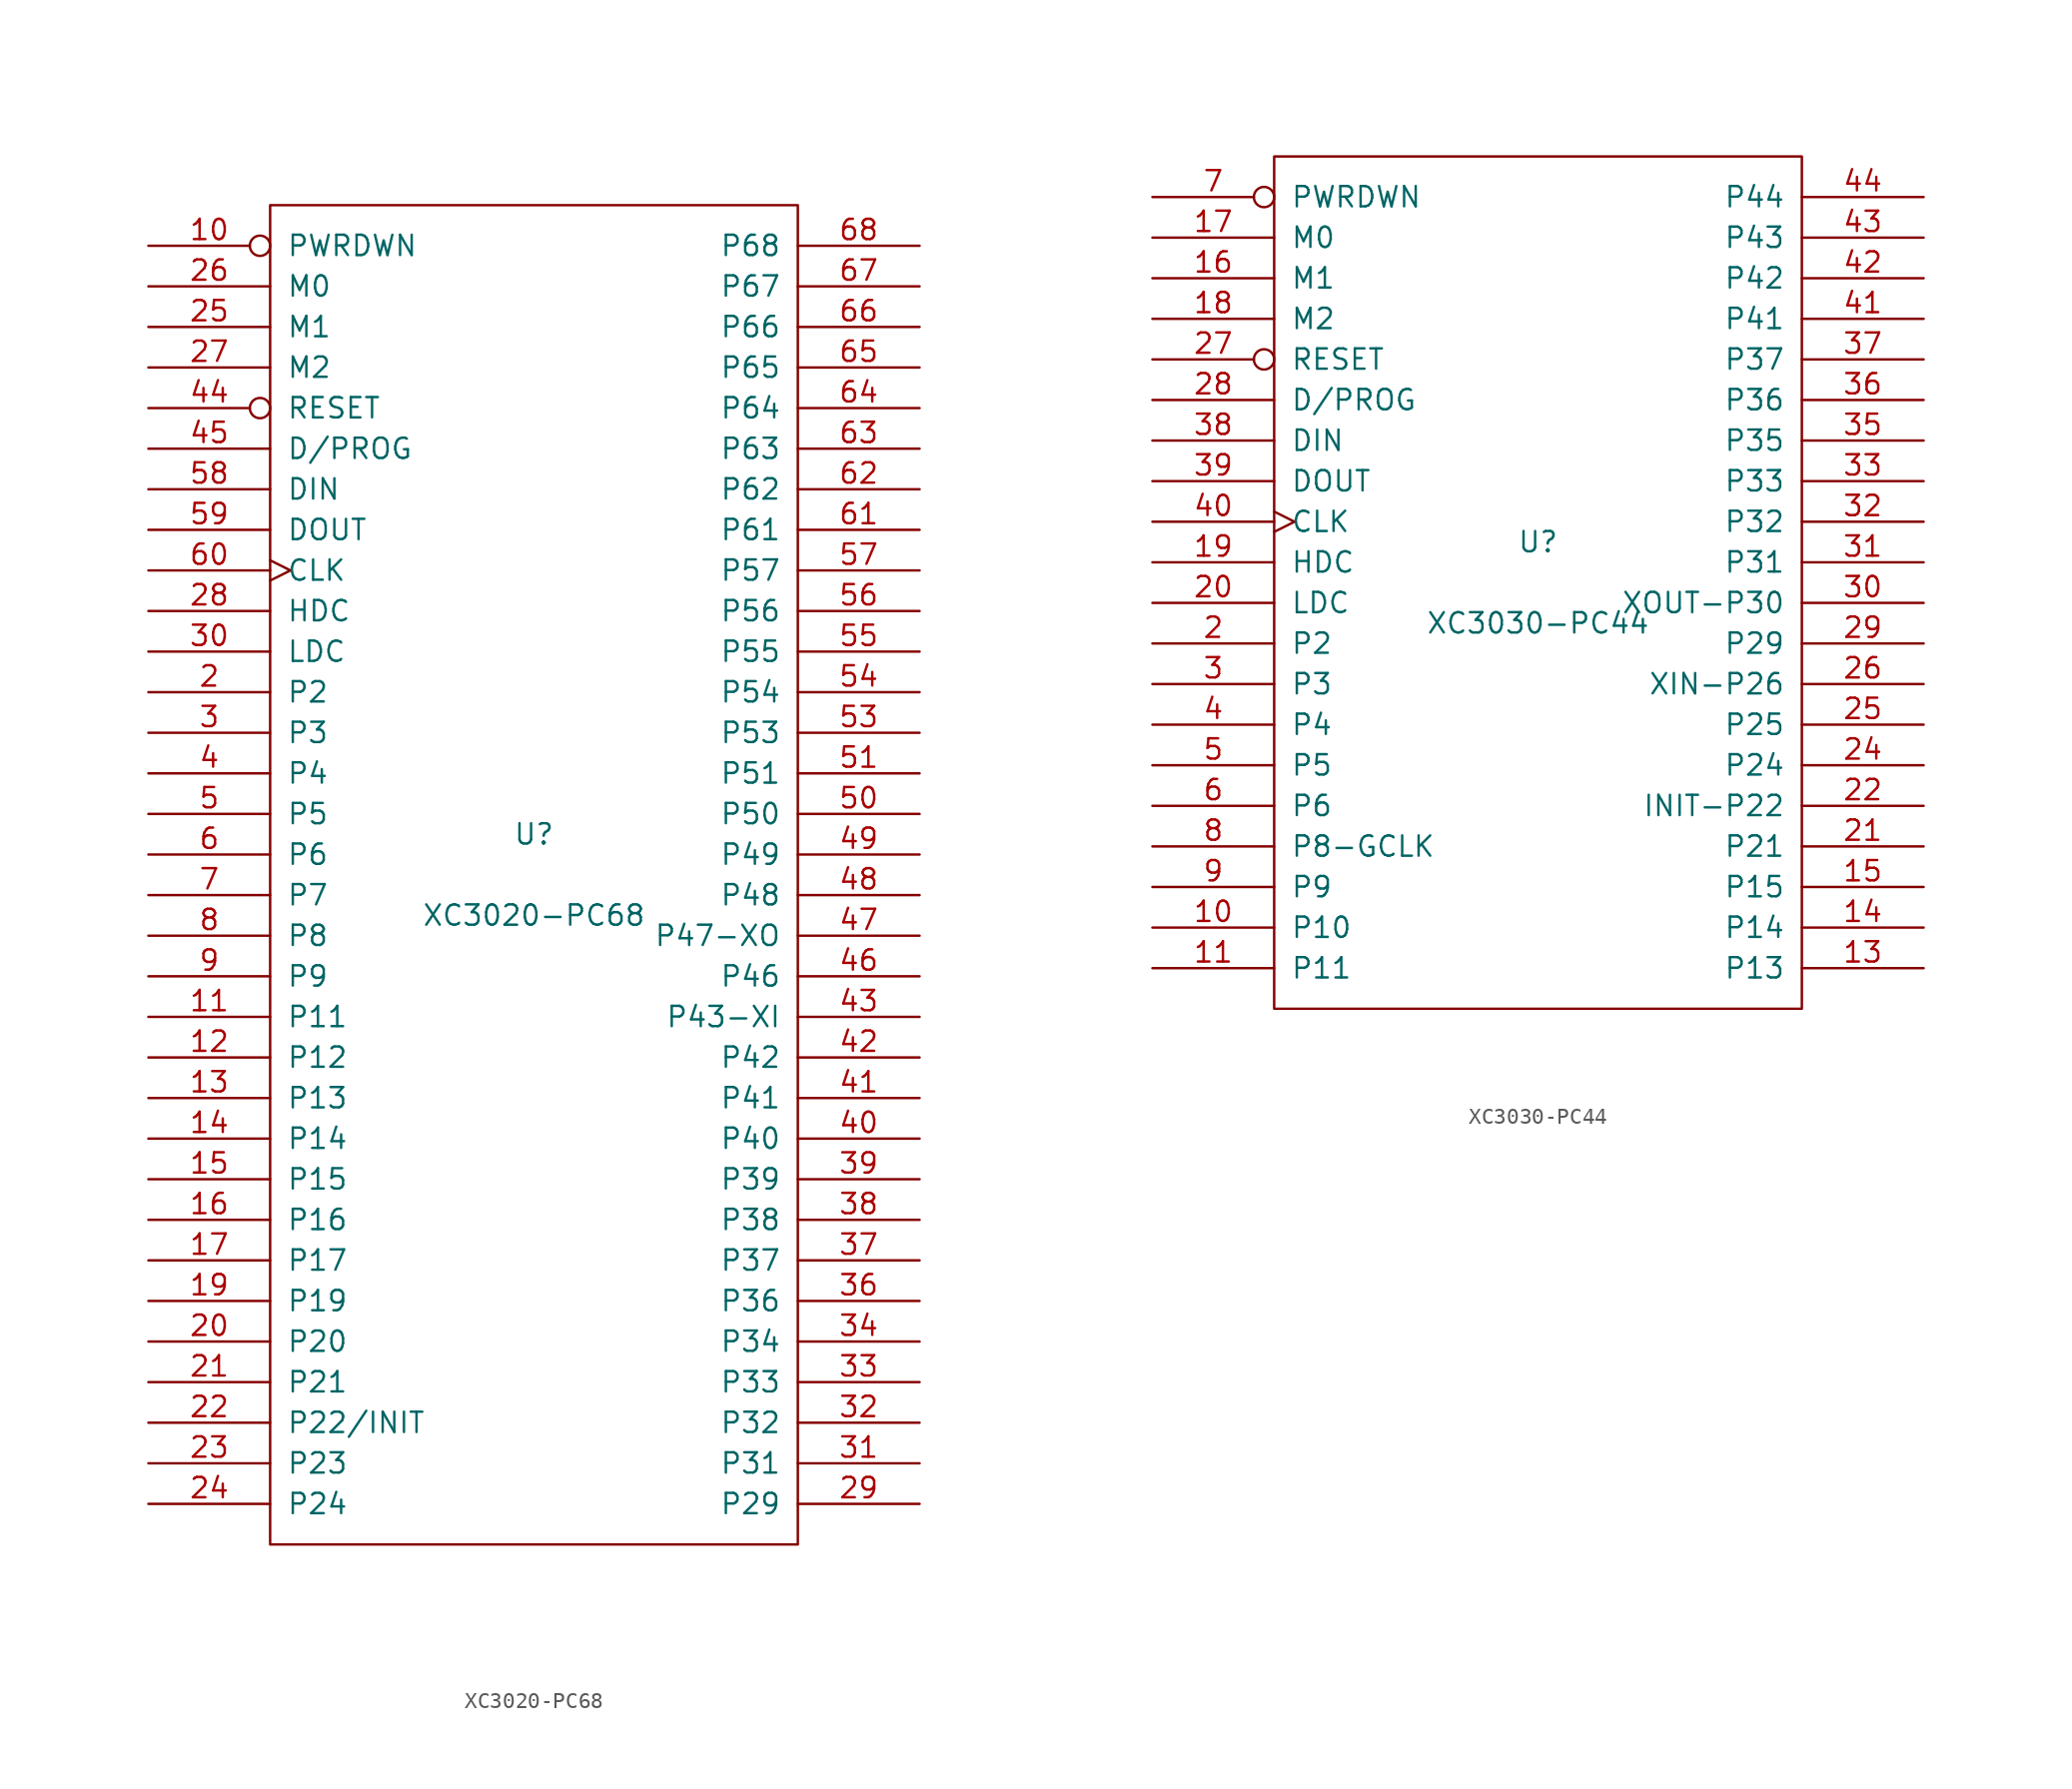
<source format=kicad_sym>
(kicad_symbol_lib
  (version 20201005)
  (generator kicad_symbol_editor)
  (symbol "FPGA_Xilinx:XC3020-PC68"
    (pin_names
      (offset 1.016))
    (property "Reference" "U"
      (at 0 2.54 0)
      (effects (font (size 1.27 1.27))))
    (property "Value" "XC3020-PC68"
      (at 0 -2.54 0)
      (effects (font (size 1.27 1.27))))
    (symbol "XC3020-PC68_0_1"
      (rectangle (start -16.51 -41.91) (end 16.51 41.91) (stroke (width 0)) (fill (type none))))
    (symbol "XC3020-PC68_1_1"
      (pin power_in line (at 1.27 -41.91 90) (length 0) hide (name "GND" (effects (font (size 1.27 1.27)))) (number "1" (effects (font (size 1.27 1.27)))))
      (pin input inverted (at -24.13 39.37 0) (length 7.62) (name "PWRDWN" (effects (font (size 1.27 1.27)))) (number "10" (effects (font (size 1.27 1.27)))))
      (pin passive line (at -24.13 -8.89 0) (length 7.62) (name "P11" (effects (font (size 1.27 1.27)))) (number "11" (effects (font (size 1.27 1.27)))))
      (pin passive line (at -24.13 -11.43 0) (length 7.62) (name "P12" (effects (font (size 1.27 1.27)))) (number "12" (effects (font (size 1.27 1.27)))))
      (pin passive line (at -24.13 -13.97 0) (length 7.62) (name "P13" (effects (font (size 1.27 1.27)))) (number "13" (effects (font (size 1.27 1.27)))))
      (pin passive line (at -24.13 -16.51 0) (length 7.62) (name "P14" (effects (font (size 1.27 1.27)))) (number "14" (effects (font (size 1.27 1.27)))))
      (pin passive line (at -24.13 -19.05 0) (length 7.62) (name "P15" (effects (font (size 1.27 1.27)))) (number "15" (effects (font (size 1.27 1.27)))))
      (pin passive line (at -24.13 -21.59 0) (length 7.62) (name "P16" (effects (font (size 1.27 1.27)))) (number "16" (effects (font (size 1.27 1.27)))))
      (pin passive line (at -24.13 -24.13 0) (length 7.62) (name "P17" (effects (font (size 1.27 1.27)))) (number "17" (effects (font (size 1.27 1.27)))))
      (pin power_in line (at 3.81 41.91 270) (length 0) hide (name "VCC" (effects (font (size 1.27 1.27)))) (number "18" (effects (font (size 1.27 1.27)))))
      (pin passive line (at -24.13 -26.67 0) (length 7.62) (name "P19" (effects (font (size 1.27 1.27)))) (number "19" (effects (font (size 1.27 1.27)))))
      (pin passive line (at -24.13 11.43 0) (length 7.62) (name "P2" (effects (font (size 1.27 1.27)))) (number "2" (effects (font (size 1.27 1.27)))))
      (pin passive line (at -24.13 -29.21 0) (length 7.62) (name "P20" (effects (font (size 1.27 1.27)))) (number "20" (effects (font (size 1.27 1.27)))))
      (pin passive line (at -24.13 -31.75 0) (length 7.62) (name "P21" (effects (font (size 1.27 1.27)))) (number "21" (effects (font (size 1.27 1.27)))))
      (pin passive line (at -24.13 -34.29 0) (length 7.62) (name "P22/INIT" (effects (font (size 1.27 1.27)))) (number "22" (effects (font (size 1.27 1.27)))))
      (pin passive line (at -24.13 -36.83 0) (length 7.62) (name "P23" (effects (font (size 1.27 1.27)))) (number "23" (effects (font (size 1.27 1.27)))))
      (pin passive line (at -24.13 -39.37 0) (length 7.62) (name "P24" (effects (font (size 1.27 1.27)))) (number "24" (effects (font (size 1.27 1.27)))))
      (pin input line (at -24.13 34.29 0) (length 7.62) (name "M1" (effects (font (size 1.27 1.27)))) (number "25" (effects (font (size 1.27 1.27)))))
      (pin input line (at -24.13 36.83 0) (length 7.62) (name "M0" (effects (font (size 1.27 1.27)))) (number "26" (effects (font (size 1.27 1.27)))))
      (pin bidirectional line (at -24.13 31.75 0) (length 7.62) (name "M2" (effects (font (size 1.27 1.27)))) (number "27" (effects (font (size 1.27 1.27)))))
      (pin output line (at -24.13 16.51 0) (length 7.62) (name "HDC" (effects (font (size 1.27 1.27)))) (number "28" (effects (font (size 1.27 1.27)))))
      (pin passive line (at 24.13 -39.37 180) (length 7.62) (name "P29" (effects (font (size 1.27 1.27)))) (number "29" (effects (font (size 1.27 1.27)))))
      (pin passive line (at -24.13 8.89 0) (length 7.62) (name "P3" (effects (font (size 1.27 1.27)))) (number "3" (effects (font (size 1.27 1.27)))))
      (pin output line (at -24.13 13.97 0) (length 7.62) (name "LDC" (effects (font (size 1.27 1.27)))) (number "30" (effects (font (size 1.27 1.27)))))
      (pin passive line (at 24.13 -36.83 180) (length 7.62) (name "P31" (effects (font (size 1.27 1.27)))) (number "31" (effects (font (size 1.27 1.27)))))
      (pin passive line (at 24.13 -34.29 180) (length 7.62) (name "P32" (effects (font (size 1.27 1.27)))) (number "32" (effects (font (size 1.27 1.27)))))
      (pin passive line (at 24.13 -31.75 180) (length 7.62) (name "P33" (effects (font (size 1.27 1.27)))) (number "33" (effects (font (size 1.27 1.27)))))
      (pin passive line (at 24.13 -29.21 180) (length 7.62) (name "P34" (effects (font (size 1.27 1.27)))) (number "34" (effects (font (size 1.27 1.27)))))
      (pin power_in line (at 3.81 -41.91 90) (length 0) hide (name "GND" (effects (font (size 1.27 1.27)))) (number "35" (effects (font (size 1.27 1.27)))))
      (pin passive line (at 24.13 -26.67 180) (length 7.62) (name "P36" (effects (font (size 1.27 1.27)))) (number "36" (effects (font (size 1.27 1.27)))))
      (pin passive line (at 24.13 -24.13 180) (length 7.62) (name "P37" (effects (font (size 1.27 1.27)))) (number "37" (effects (font (size 1.27 1.27)))))
      (pin passive line (at 24.13 -21.59 180) (length 7.62) (name "P38" (effects (font (size 1.27 1.27)))) (number "38" (effects (font (size 1.27 1.27)))))
      (pin passive line (at 24.13 -19.05 180) (length 7.62) (name "P39" (effects (font (size 1.27 1.27)))) (number "39" (effects (font (size 1.27 1.27)))))
      (pin passive line (at -24.13 6.35 0) (length 7.62) (name "P4" (effects (font (size 1.27 1.27)))) (number "4" (effects (font (size 1.27 1.27)))))
      (pin passive line (at 24.13 -16.51 180) (length 7.62) (name "P40" (effects (font (size 1.27 1.27)))) (number "40" (effects (font (size 1.27 1.27)))))
      (pin passive line (at 24.13 -13.97 180) (length 7.62) (name "P41" (effects (font (size 1.27 1.27)))) (number "41" (effects (font (size 1.27 1.27)))))
      (pin passive line (at 24.13 -11.43 180) (length 7.62) (name "P42" (effects (font (size 1.27 1.27)))) (number "42" (effects (font (size 1.27 1.27)))))
      (pin passive line (at 24.13 -8.89 180) (length 7.62) (name "P43-XI" (effects (font (size 1.27 1.27)))) (number "43" (effects (font (size 1.27 1.27)))))
      (pin input inverted (at -24.13 29.21 0) (length 7.62) (name "RESET" (effects (font (size 1.27 1.27)))) (number "44" (effects (font (size 1.27 1.27)))))
      (pin bidirectional line (at -24.13 26.67 0) (length 7.62) (name "D/PROG" (effects (font (size 1.27 1.27)))) (number "45" (effects (font (size 1.27 1.27)))))
      (pin passive line (at 24.13 -6.35 180) (length 7.62) (name "P46" (effects (font (size 1.27 1.27)))) (number "46" (effects (font (size 1.27 1.27)))))
      (pin passive line (at 24.13 -3.81 180) (length 7.62) (name "P47-XO" (effects (font (size 1.27 1.27)))) (number "47" (effects (font (size 1.27 1.27)))))
      (pin passive line (at 24.13 -1.27 180) (length 7.62) (name "P48" (effects (font (size 1.27 1.27)))) (number "48" (effects (font (size 1.27 1.27)))))
      (pin passive line (at 24.13 1.27 180) (length 7.62) (name "P49" (effects (font (size 1.27 1.27)))) (number "49" (effects (font (size 1.27 1.27)))))
      (pin passive line (at -24.13 3.81 0) (length 7.62) (name "P5" (effects (font (size 1.27 1.27)))) (number "5" (effects (font (size 1.27 1.27)))))
      (pin passive line (at 24.13 3.81 180) (length 7.62) (name "P50" (effects (font (size 1.27 1.27)))) (number "50" (effects (font (size 1.27 1.27)))))
      (pin passive line (at 24.13 6.35 180) (length 7.62) (name "P51" (effects (font (size 1.27 1.27)))) (number "51" (effects (font (size 1.27 1.27)))))
      (pin power_in line (at 1.27 41.91 270) (length 0) hide (name "VCC" (effects (font (size 1.27 1.27)))) (number "52" (effects (font (size 1.27 1.27)))))
      (pin passive line (at 24.13 8.89 180) (length 7.62) (name "P53" (effects (font (size 1.27 1.27)))) (number "53" (effects (font (size 1.27 1.27)))))
      (pin passive line (at 24.13 11.43 180) (length 7.62) (name "P54" (effects (font (size 1.27 1.27)))) (number "54" (effects (font (size 1.27 1.27)))))
      (pin passive line (at 24.13 13.97 180) (length 7.62) (name "P55" (effects (font (size 1.27 1.27)))) (number "55" (effects (font (size 1.27 1.27)))))
      (pin passive line (at 24.13 16.51 180) (length 7.62) (name "P56" (effects (font (size 1.27 1.27)))) (number "56" (effects (font (size 1.27 1.27)))))
      (pin passive line (at 24.13 19.05 180) (length 7.62) (name "P57" (effects (font (size 1.27 1.27)))) (number "57" (effects (font (size 1.27 1.27)))))
      (pin bidirectional line (at -24.13 24.13 0) (length 7.62) (name "DIN" (effects (font (size 1.27 1.27)))) (number "58" (effects (font (size 1.27 1.27)))))
      (pin bidirectional line (at -24.13 21.59 0) (length 7.62) (name "DOUT" (effects (font (size 1.27 1.27)))) (number "59" (effects (font (size 1.27 1.27)))))
      (pin passive line (at -24.13 1.27 0) (length 7.62) (name "P6" (effects (font (size 1.27 1.27)))) (number "6" (effects (font (size 1.27 1.27)))))
      (pin input clock (at -24.13 19.05 0) (length 7.62) (name "CLK" (effects (font (size 1.27 1.27)))) (number "60" (effects (font (size 1.27 1.27)))))
      (pin passive line (at 24.13 21.59 180) (length 7.62) (name "P61" (effects (font (size 1.27 1.27)))) (number "61" (effects (font (size 1.27 1.27)))))
      (pin passive line (at 24.13 24.13 180) (length 7.62) (name "P62" (effects (font (size 1.27 1.27)))) (number "62" (effects (font (size 1.27 1.27)))))
      (pin passive line (at 24.13 26.67 180) (length 7.62) (name "P63" (effects (font (size 1.27 1.27)))) (number "63" (effects (font (size 1.27 1.27)))))
      (pin passive line (at 24.13 29.21 180) (length 7.62) (name "P64" (effects (font (size 1.27 1.27)))) (number "64" (effects (font (size 1.27 1.27)))))
      (pin passive line (at 24.13 31.75 180) (length 7.62) (name "P65" (effects (font (size 1.27 1.27)))) (number "65" (effects (font (size 1.27 1.27)))))
      (pin passive line (at 24.13 34.29 180) (length 7.62) (name "P66" (effects (font (size 1.27 1.27)))) (number "66" (effects (font (size 1.27 1.27)))))
      (pin passive line (at 24.13 36.83 180) (length 7.62) (name "P67" (effects (font (size 1.27 1.27)))) (number "67" (effects (font (size 1.27 1.27)))))
      (pin passive line (at 24.13 39.37 180) (length 7.62) (name "P68" (effects (font (size 1.27 1.27)))) (number "68" (effects (font (size 1.27 1.27)))))
      (pin passive line (at -24.13 -1.27 0) (length 7.62) (name "P7" (effects (font (size 1.27 1.27)))) (number "7" (effects (font (size 1.27 1.27)))))
      (pin passive line (at -24.13 -3.81 0) (length 7.62) (name "P8" (effects (font (size 1.27 1.27)))) (number "8" (effects (font (size 1.27 1.27)))))
      (pin passive line (at -24.13 -6.35 0) (length 7.62) (name "P9" (effects (font (size 1.27 1.27)))) (number "9" (effects (font (size 1.27 1.27)))))))
  (symbol "FPGA_Xilinx:XC3030-PC44"
    (pin_names
      (offset 1.016))
    (property "Reference" "U"
      (at 0 2.54 0)
      (effects (font (size 1.27 1.27))))
    (property "Value" "XC3030-PC44"
      (at 0 -2.54 0)
      (effects (font (size 1.27 1.27))))
    (symbol "XC3030-PC44_0_1"
      (rectangle (start -16.51 -26.67) (end 16.51 26.67) (stroke (width 0)) (fill (type none))))
    (symbol "XC3030-PC44_1_1"
      (pin power_in line (at 1.27 -26.67 90) (length 0) hide (name "GND" (effects (font (size 1.27 1.27)))) (number "1" (effects (font (size 1.27 1.27)))))
      (pin passive line (at -24.13 -21.59 0) (length 7.62) (name "P10" (effects (font (size 1.27 1.27)))) (number "10" (effects (font (size 1.27 1.27)))))
      (pin passive line (at -24.13 -24.13 0) (length 7.62) (name "P11" (effects (font (size 1.27 1.27)))) (number "11" (effects (font (size 1.27 1.27)))))
      (pin power_in line (at -1.27 26.67 270) (length 0) hide (name "VCC" (effects (font (size 1.27 1.27)))) (number "12" (effects (font (size 1.27 1.27)))))
      (pin passive line (at 24.13 -24.13 180) (length 7.62) (name "P13" (effects (font (size 1.27 1.27)))) (number "13" (effects (font (size 1.27 1.27)))))
      (pin bidirectional line (at 24.13 -21.59 180) (length 7.62) (name "P14" (effects (font (size 1.27 1.27)))) (number "14" (effects (font (size 1.27 1.27)))))
      (pin passive line (at 24.13 -19.05 180) (length 7.62) (name "P15" (effects (font (size 1.27 1.27)))) (number "15" (effects (font (size 1.27 1.27)))))
      (pin input line (at -24.13 19.05 0) (length 7.62) (name "M1" (effects (font (size 1.27 1.27)))) (number "16" (effects (font (size 1.27 1.27)))))
      (pin input line (at -24.13 21.59 0) (length 7.62) (name "M0" (effects (font (size 1.27 1.27)))) (number "17" (effects (font (size 1.27 1.27)))))
      (pin bidirectional line (at -24.13 16.51 0) (length 7.62) (name "M2" (effects (font (size 1.27 1.27)))) (number "18" (effects (font (size 1.27 1.27)))))
      (pin output line (at -24.13 1.27 0) (length 7.62) (name "HDC" (effects (font (size 1.27 1.27)))) (number "19" (effects (font (size 1.27 1.27)))))
      (pin passive line (at -24.13 -3.81 0) (length 7.62) (name "P2" (effects (font (size 1.27 1.27)))) (number "2" (effects (font (size 1.27 1.27)))))
      (pin output line (at -24.13 -1.27 0) (length 7.62) (name "LDC" (effects (font (size 1.27 1.27)))) (number "20" (effects (font (size 1.27 1.27)))))
      (pin passive line (at 24.13 -16.51 180) (length 7.62) (name "P21" (effects (font (size 1.27 1.27)))) (number "21" (effects (font (size 1.27 1.27)))))
      (pin passive line (at 24.13 -13.97 180) (length 7.62) (name "INIT-P22" (effects (font (size 1.27 1.27)))) (number "22" (effects (font (size 1.27 1.27)))))
      (pin power_in line (at 3.81 -26.67 90) (length 0) hide (name "GND" (effects (font (size 1.27 1.27)))) (number "23" (effects (font (size 1.27 1.27)))))
      (pin passive line (at 24.13 -11.43 180) (length 7.62) (name "P24" (effects (font (size 1.27 1.27)))) (number "24" (effects (font (size 1.27 1.27)))))
      (pin passive line (at 24.13 -8.89 180) (length 7.62) (name "P25" (effects (font (size 1.27 1.27)))) (number "25" (effects (font (size 1.27 1.27)))))
      (pin passive line (at 24.13 -6.35 180) (length 7.62) (name "XIN-P26" (effects (font (size 1.27 1.27)))) (number "26" (effects (font (size 1.27 1.27)))))
      (pin input inverted (at -24.13 13.97 0) (length 7.62) (name "RESET" (effects (font (size 1.27 1.27)))) (number "27" (effects (font (size 1.27 1.27)))))
      (pin bidirectional line (at -24.13 11.43 0) (length 7.62) (name "D/PROG" (effects (font (size 1.27 1.27)))) (number "28" (effects (font (size 1.27 1.27)))))
      (pin passive line (at 24.13 -3.81 180) (length 7.62) (name "P29" (effects (font (size 1.27 1.27)))) (number "29" (effects (font (size 1.27 1.27)))))
      (pin passive line (at -24.13 -6.35 0) (length 7.62) (name "P3" (effects (font (size 1.27 1.27)))) (number "3" (effects (font (size 1.27 1.27)))))
      (pin passive line (at 24.13 -1.27 180) (length 7.62) (name "XOUT-P30" (effects (font (size 1.27 1.27)))) (number "30" (effects (font (size 1.27 1.27)))))
      (pin passive line (at 24.13 1.27 180) (length 7.62) (name "P31" (effects (font (size 1.27 1.27)))) (number "31" (effects (font (size 1.27 1.27)))))
      (pin passive line (at 24.13 3.81 180) (length 7.62) (name "P32" (effects (font (size 1.27 1.27)))) (number "32" (effects (font (size 1.27 1.27)))))
      (pin passive line (at 24.13 6.35 180) (length 7.62) (name "P33" (effects (font (size 1.27 1.27)))) (number "33" (effects (font (size 1.27 1.27)))))
      (pin power_in line (at 1.27 26.67 270) (length 0) hide (name "VCC" (effects (font (size 1.27 1.27)))) (number "34" (effects (font (size 1.27 1.27)))))
      (pin passive line (at 24.13 8.89 180) (length 7.62) (name "P35" (effects (font (size 1.27 1.27)))) (number "35" (effects (font (size 1.27 1.27)))))
      (pin passive line (at 24.13 11.43 180) (length 7.62) (name "P36" (effects (font (size 1.27 1.27)))) (number "36" (effects (font (size 1.27 1.27)))))
      (pin passive line (at 24.13 13.97 180) (length 7.62) (name "P37" (effects (font (size 1.27 1.27)))) (number "37" (effects (font (size 1.27 1.27)))))
      (pin bidirectional line (at -24.13 8.89 0) (length 7.62) (name "DIN" (effects (font (size 1.27 1.27)))) (number "38" (effects (font (size 1.27 1.27)))))
      (pin bidirectional line (at -24.13 6.35 0) (length 7.62) (name "DOUT" (effects (font (size 1.27 1.27)))) (number "39" (effects (font (size 1.27 1.27)))))
      (pin passive line (at -24.13 -8.89 0) (length 7.62) (name "P4" (effects (font (size 1.27 1.27)))) (number "4" (effects (font (size 1.27 1.27)))))
      (pin input clock (at -24.13 3.81 0) (length 7.62) (name "CLK" (effects (font (size 1.27 1.27)))) (number "40" (effects (font (size 1.27 1.27)))))
      (pin passive line (at 24.13 16.51 180) (length 7.62) (name "P41" (effects (font (size 1.27 1.27)))) (number "41" (effects (font (size 1.27 1.27)))))
      (pin passive line (at 24.13 19.05 180) (length 7.62) (name "P42" (effects (font (size 1.27 1.27)))) (number "42" (effects (font (size 1.27 1.27)))))
      (pin passive line (at 24.13 21.59 180) (length 7.62) (name "P43" (effects (font (size 1.27 1.27)))) (number "43" (effects (font (size 1.27 1.27)))))
      (pin passive line (at 24.13 24.13 180) (length 7.62) (name "P44" (effects (font (size 1.27 1.27)))) (number "44" (effects (font (size 1.27 1.27)))))
      (pin passive line (at -24.13 -11.43 0) (length 7.62) (name "P5" (effects (font (size 1.27 1.27)))) (number "5" (effects (font (size 1.27 1.27)))))
      (pin passive line (at -24.13 -13.97 0) (length 7.62) (name "P6" (effects (font (size 1.27 1.27)))) (number "6" (effects (font (size 1.27 1.27)))))
      (pin input inverted (at -24.13 24.13 0) (length 7.62) (name "PWRDWN" (effects (font (size 1.27 1.27)))) (number "7" (effects (font (size 1.27 1.27)))))
      (pin passive line (at -24.13 -16.51 0) (length 7.62) (name "P8-GCLK" (effects (font (size 1.27 1.27)))) (number "8" (effects (font (size 1.27 1.27)))))
      (pin bidirectional line (at -24.13 -19.05 0) (length 7.62) (name "P9" (effects (font (size 1.27 1.27)))) (number "9" (effects (font (size 1.27 1.27))))))))
</source>
